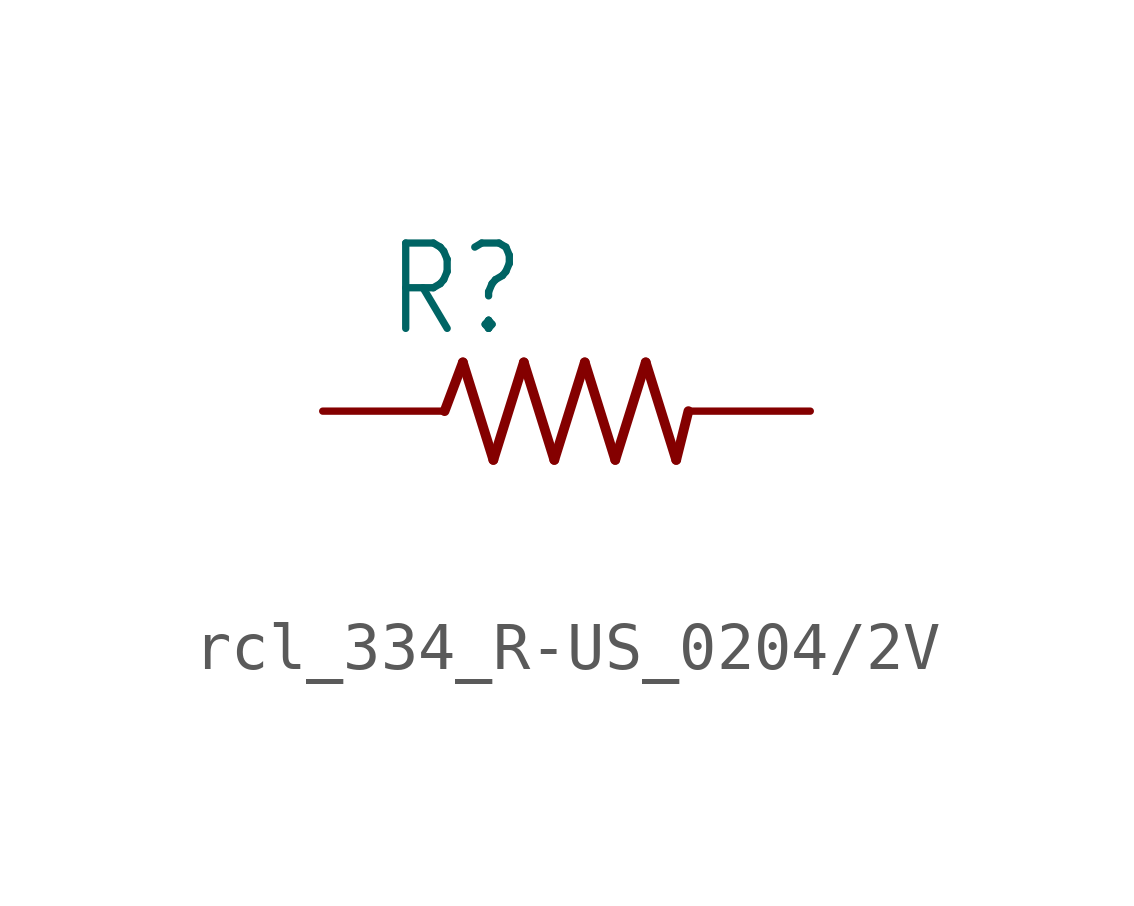
<source format=kicad_sym>
(kicad_symbol_lib
  (version 20241209)
  (generator "kicad_symbol_editor")
  (generator_version "9.0")
  (symbol "rcl_334_R-US_0204/2V"
    (property "Reference" "R"
      (at -3.81 1.499 0)
      (effects (font (size 1.778 1.511)) (justify left bottom)))
    (property "Value" ""
      (at -3.81 -3.302 0)
      (effects (font (size 1.778 1.511)) (justify left bottom)))
    (property "ki_locked" ""
      (at 0 0 0)
      (effects (font (size 1.27 1.27))))
    (symbol "rcl_334_R-US_0204/2V_1_0"
      (polyline (pts (xy -2.54 0) (xy -2.159 1.016)) (stroke (width 0.203) (type solid)) (fill (type none)))
      (polyline (pts (xy -2.159 1.016) (xy -1.524 -1.016)) (stroke (width 0.203) (type solid)) (fill (type none)))
      (polyline (pts (xy -1.524 -1.016) (xy -0.889 1.016)) (stroke (width 0.203) (type solid)) (fill (type none)))
      (polyline (pts (xy -0.889 1.016) (xy -0.254 -1.016)) (stroke (width 0.203) (type solid)) (fill (type none)))
      (polyline (pts (xy -0.254 -1.016) (xy 0.381 1.016)) (stroke (width 0.203) (type solid)) (fill (type none)))
      (polyline (pts (xy 0.381 1.016) (xy 1.016 -1.016)) (stroke (width 0.203) (type solid)) (fill (type none)))
      (polyline (pts (xy 1.016 -1.016) (xy 1.651 1.016)) (stroke (width 0.203) (type solid)) (fill (type none)))
      (polyline (pts (xy 1.651 1.016) (xy 2.286 -1.016)) (stroke (width 0.203) (type solid)) (fill (type none)))
      (polyline (pts (xy 2.286 -1.016) (xy 2.54 0)) (stroke (width 0.203) (type solid)) (fill (type none)))
      (pin passive line (at -5.08 0 0) (length 2.54) (name "1" (effects (font (size 0 0)))) (number "1" (effects (font (size 0 0)))))
      (pin passive line (at 5.08 0 180) (length 2.54) (name "2" (effects (font (size 0 0)))) (number "2" (effects (font (size 0 0))))))))
</source>
